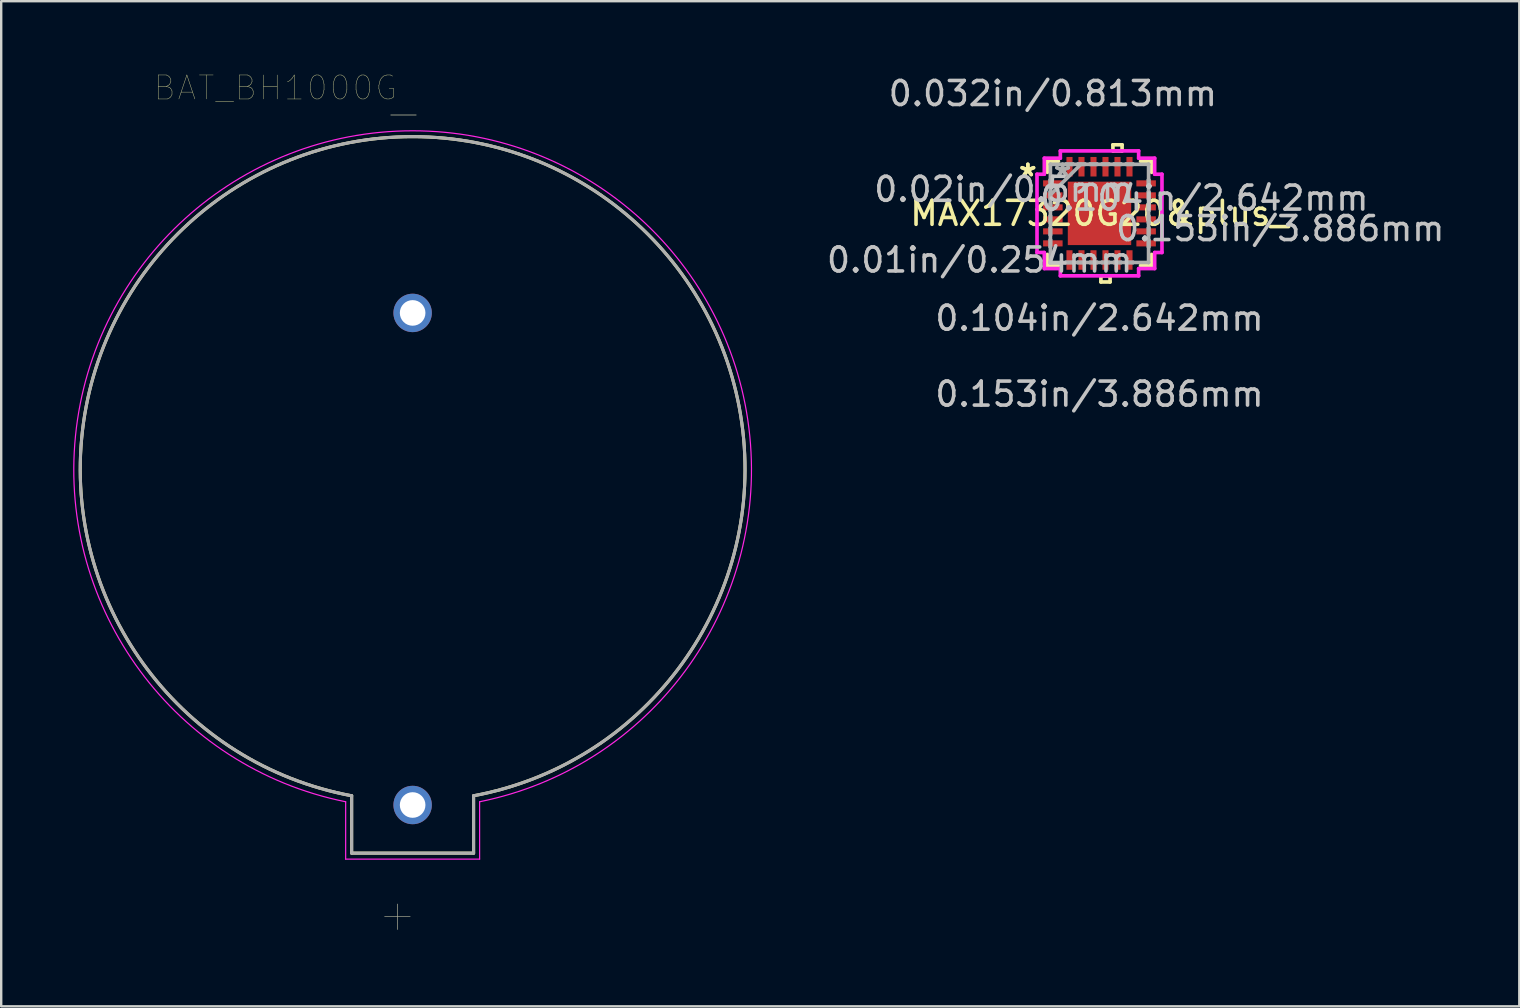
<source format=kicad_pcb>
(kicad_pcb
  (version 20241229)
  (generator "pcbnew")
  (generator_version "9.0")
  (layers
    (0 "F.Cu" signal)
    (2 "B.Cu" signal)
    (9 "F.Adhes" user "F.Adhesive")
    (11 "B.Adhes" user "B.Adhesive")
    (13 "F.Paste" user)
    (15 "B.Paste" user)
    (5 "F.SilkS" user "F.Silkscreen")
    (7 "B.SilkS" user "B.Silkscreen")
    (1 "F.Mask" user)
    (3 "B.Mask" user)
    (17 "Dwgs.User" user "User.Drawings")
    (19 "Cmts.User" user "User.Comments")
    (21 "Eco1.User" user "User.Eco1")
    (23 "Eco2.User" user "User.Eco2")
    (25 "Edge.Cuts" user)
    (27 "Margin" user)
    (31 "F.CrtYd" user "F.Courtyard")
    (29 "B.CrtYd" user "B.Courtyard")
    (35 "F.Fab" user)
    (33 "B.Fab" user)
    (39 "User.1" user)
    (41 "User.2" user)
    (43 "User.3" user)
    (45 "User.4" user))
  (footprint "BAT_BH1000G"
    (layer "F.Cu")
    (at 14.14 16.486)
    (property "Reference" "BAT_BH1000G" (at -5.715 -15.875 0) (layer "F.SilkS") (effects (font (size 1 1) (thickness 0.015))))
    (attr through_hole)
    (fp_line (start -2.54 16.005) (end -2.54 13.615) (stroke (width 0.127) (type solid)) (layer "F.SilkS"))
    (fp_line (start -2.54 16.005) (end 2.54 16.005) (stroke (width 0.127) (type solid)) (layer "F.SilkS"))
    (fp_line (start 2.54 16.005) (end 2.54 13.615) (stroke (width 0.127) (type solid)) (layer "F.SilkS"))
    (fp_arc (start -2.54 13.615) (mid 0 -13.843524) (end 2.54 13.615) (stroke (width 0.127) (type solid)) (layer "F.SilkS"))
    (fp_line (start -2.79 16.255) (end -2.79 13.865) (stroke (width 0.05) (type solid)) (layer "F.CrtYd"))
    (fp_line (start -2.79 16.255) (end 2.79 16.255) (stroke (width 0.05) (type solid)) (layer "F.CrtYd"))
    (fp_line (start 2.79 16.255) (end 2.79 13.865) (stroke (width 0.05) (type solid)) (layer "F.CrtYd"))
    (fp_arc (start -2.79 13.865) (mid 0 -14.087195) (end 2.79 13.865) (stroke (width 0.05) (type solid)) (layer "F.CrtYd"))
    (fp_line (start -2.54 16.005) (end -2.54 13.615) (stroke (width 0.127) (type solid)) (layer "F.Fab"))
    (fp_line (start -2.54 16.005) (end 2.54 16.005) (stroke (width 0.127) (type solid)) (layer "F.Fab"))
    (fp_line (start 2.54 16.005) (end 2.54 13.615) (stroke (width 0.127) (type solid)) (layer "F.Fab"))
    (fp_arc (start -2.54 13.615) (mid 0 -13.843524) (end 2.54 13.615) (stroke (width 0.127) (type solid)) (layer "F.Fab"))
    (fp_text user "+" (at -0.635 18.542 0) (layer "F.SilkS") (effects (font (size 1.4 1.4) (thickness 0.015))))
    (fp_text user "-" (at -0.381 -14.859 0) (layer "F.SilkS") (effects (font (size 1.4 1.4) (thickness 0.015))))
    (fp_text user "+" (at -0.635 18.542 0) (layer "F.Fab") (effects (font (size 1.4 1.4) (thickness 0.015))))
    (fp_text user "-" (at -0.381 -14.859 0) (layer "F.Fab") (effects (font (size 1.4 1.4) (thickness 0.015))))
    (pad "N" thru_hole circle (at 0 -6.5) (size 1.6 1.6) (drill 1.067) (layers "*.Cu" "*.Mask"))
    (pad "P" thru_hole circle (at 0 14) (size 1.6 1.6) (drill 1.067) (layers "*.Cu" "*.Mask")))
  (footprint "MAX17320G20&plus_"
    (layer "F.Cu")
    (at 42.754 5.839)
    (property "Reference" "MAX17320G20&plus_" (at 0 0 0) (layer "F.SilkS") (effects (font (size 1 1) (thickness 0.15))))
    (attr through_hole)
    (fp_line (start -2.172 -2.172) (end -2.172 -1.71) (stroke (width 0.152) (type solid)) (layer "F.SilkS"))
    (fp_line (start -2.172 1.71) (end -2.172 2.172) (stroke (width 0.152) (type solid)) (layer "F.SilkS"))
    (fp_line (start -2.172 2.172) (end -1.71 2.172) (stroke (width 0.152) (type solid)) (layer "F.SilkS"))
    (fp_line (start -1.71 -2.172) (end -2.172 -2.172) (stroke (width 0.152) (type solid)) (layer "F.SilkS"))
    (fp_line (start 0.059 2.603) (end 0.059 2.857) (stroke (width 0.152) (type solid)) (layer "F.SilkS"))
    (fp_line (start 0.059 2.857) (end 0.441 2.857) (stroke (width 0.152) (type solid)) (layer "F.SilkS"))
    (fp_line (start 0.441 2.603) (end 0.059 2.603) (stroke (width 0.152) (type solid)) (layer "F.SilkS"))
    (fp_line (start 0.441 2.857) (end 0.441 2.603) (stroke (width 0.152) (type solid)) (layer "F.SilkS"))
    (fp_line (start 0.56 -2.857) (end 0.941 -2.857) (stroke (width 0.152) (type solid)) (layer "F.SilkS"))
    (fp_line (start 0.56 -2.603) (end 0.56 -2.857) (stroke (width 0.152) (type solid)) (layer "F.SilkS"))
    (fp_line (start 0.941 -2.857) (end 0.941 -2.603) (stroke (width 0.152) (type solid)) (layer "F.SilkS"))
    (fp_line (start 0.941 -2.603) (end 0.56 -2.603) (stroke (width 0.152) (type solid)) (layer "F.SilkS"))
    (fp_line (start 1.71 2.172) (end 2.172 2.172) (stroke (width 0.152) (type solid)) (layer "F.SilkS"))
    (fp_line (start 2.172 -2.172) (end 1.71 -2.172) (stroke (width 0.152) (type solid)) (layer "F.SilkS"))
    (fp_line (start 2.172 -1.71) (end 2.172 -2.172) (stroke (width 0.152) (type solid)) (layer "F.SilkS"))
    (fp_line (start 2.172 2.172) (end 2.172 1.71) (stroke (width 0.152) (type solid)) (layer "F.SilkS"))
    (fp_line (start -1.221 -1.221) (end -1.221 -0.1) (stroke (width 0.152) (type solid)) (layer "F.Paste"))
    (fp_line (start -1.221 -0.1) (end -0.1 -0.1) (stroke (width 0.152) (type solid)) (layer "F.Paste"))
    (fp_line (start -1.221 0.1) (end -1.221 1.221) (stroke (width 0.152) (type solid)) (layer "F.Paste"))
    (fp_line (start -1.221 1.221) (end -0.1 1.221) (stroke (width 0.152) (type solid)) (layer "F.Paste"))
    (fp_line (start -0.1 -1.221) (end -1.221 -1.221) (stroke (width 0.152) (type solid)) (layer "F.Paste"))
    (fp_line (start -0.1 -0.1) (end -0.1 -1.221) (stroke (width 0.152) (type solid)) (layer "F.Paste"))
    (fp_line (start -0.1 0.1) (end -1.221 0.1) (stroke (width 0.152) (type solid)) (layer "F.Paste"))
    (fp_line (start -0.1 1.221) (end -0.1 0.1) (stroke (width 0.152) (type solid)) (layer "F.Paste"))
    (fp_line (start 0.1 -1.221) (end 0.1 -0.1) (stroke (width 0.152) (type solid)) (layer "F.Paste"))
    (fp_line (start 0.1 -0.1) (end 1.221 -0.1) (stroke (width 0.152) (type solid)) (layer "F.Paste"))
    (fp_line (start 0.1 0.1) (end 0.1 1.221) (stroke (width 0.152) (type solid)) (layer "F.Paste"))
    (fp_line (start 0.1 1.221) (end 1.221 1.221) (stroke (width 0.152) (type solid)) (layer "F.Paste"))
    (fp_line (start 1.221 -1.221) (end 0.1 -1.221) (stroke (width 0.152) (type solid)) (layer "F.Paste"))
    (fp_line (start 1.221 -0.1) (end 1.221 -1.221) (stroke (width 0.152) (type solid)) (layer "F.Paste"))
    (fp_line (start 1.221 0.1) (end 0.1 0.1) (stroke (width 0.152) (type solid)) (layer "F.Paste"))
    (fp_line (start 1.221 1.221) (end 1.221 0.1) (stroke (width 0.152) (type solid)) (layer "F.Paste"))
    (fp_line (start -2.603 -1.631) (end -2.299 -1.631) (stroke (width 0.152) (type solid)) (layer "F.CrtYd"))
    (fp_line (start -2.603 1.631) (end -2.603 -1.631) (stroke (width 0.152) (type solid)) (layer "F.CrtYd"))
    (fp_line (start -2.299 -2.299) (end -1.631 -2.299) (stroke (width 0.152) (type solid)) (layer "F.CrtYd"))
    (fp_line (start -2.299 -1.631) (end -2.299 -2.299) (stroke (width 0.152) (type solid)) (layer "F.CrtYd"))
    (fp_line (start -2.299 1.631) (end -2.603 1.631) (stroke (width 0.152) (type solid)) (layer "F.CrtYd"))
    (fp_line (start -2.299 2.299) (end -2.299 1.631) (stroke (width 0.152) (type solid)) (layer "F.CrtYd"))
    (fp_line (start -1.631 -2.603) (end 1.631 -2.603) (stroke (width 0.152) (type solid)) (layer "F.CrtYd"))
    (fp_line (start -1.631 -2.299) (end -1.631 -2.603) (stroke (width 0.152) (type solid)) (layer "F.CrtYd"))
    (fp_line (start -1.631 2.299) (end -2.299 2.299) (stroke (width 0.152) (type solid)) (layer "F.CrtYd"))
    (fp_line (start -1.631 2.603) (end -1.631 2.299) (stroke (width 0.152) (type solid)) (layer "F.CrtYd"))
    (fp_line (start 1.631 -2.603) (end 1.631 -2.299) (stroke (width 0.152) (type solid)) (layer "F.CrtYd"))
    (fp_line (start 1.631 -2.299) (end 2.299 -2.299) (stroke (width 0.152) (type solid)) (layer "F.CrtYd"))
    (fp_line (start 1.631 2.299) (end 1.631 2.603) (stroke (width 0.152) (type solid)) (layer "F.CrtYd"))
    (fp_line (start 1.631 2.603) (end -1.631 2.603) (stroke (width 0.152) (type solid)) (layer "F.CrtYd"))
    (fp_line (start 2.299 -2.299) (end 2.299 -1.631) (stroke (width 0.152) (type solid)) (layer "F.CrtYd"))
    (fp_line (start 2.299 -1.631) (end 2.603 -1.631) (stroke (width 0.152) (type solid)) (layer "F.CrtYd"))
    (fp_line (start 2.299 1.631) (end 2.299 2.299) (stroke (width 0.152) (type solid)) (layer "F.CrtYd"))
    (fp_line (start 2.299 2.299) (end 1.631 2.299) (stroke (width 0.152) (type solid)) (layer "F.CrtYd"))
    (fp_line (start 2.603 -1.631) (end 2.603 1.631) (stroke (width 0.152) (type solid)) (layer "F.CrtYd"))
    (fp_line (start 2.603 1.631) (end 2.299 1.631) (stroke (width 0.152) (type solid)) (layer "F.CrtYd"))
    (fp_line (start -2.045 -2.045) (end -2.045 -2.045) (stroke (width 0.152) (type solid)) (layer "F.Fab"))
    (fp_line (start -2.045 -2.045) (end -2.045 2.045) (stroke (width 0.152) (type solid)) (layer "F.Fab"))
    (fp_line (start -2.045 -1.402) (end -2.045 -1.402) (stroke (width 0.152) (type solid)) (layer "F.Fab"))
    (fp_line (start -2.045 -1.402) (end -2.045 -1.098) (stroke (width 0.152) (type solid)) (layer "F.Fab"))
    (fp_line (start -2.045 -1.098) (end -2.045 -1.402) (stroke (width 0.152) (type solid)) (layer "F.Fab"))
    (fp_line (start -2.045 -1.098) (end -2.045 -1.098) (stroke (width 0.152) (type solid)) (layer "F.Fab"))
    (fp_line (start -2.045 -0.902) (end -2.045 -0.902) (stroke (width 0.152) (type solid)) (layer "F.Fab"))
    (fp_line (start -2.045 -0.902) (end -2.045 -0.598) (stroke (width 0.152) (type solid)) (layer "F.Fab"))
    (fp_line (start -2.045 -0.775) (end -0.775 -2.045) (stroke (width 0.152) (type solid)) (layer "F.Fab"))
    (fp_line (start -2.045 -0.598) (end -2.045 -0.902) (stroke (width 0.152) (type solid)) (layer "F.Fab"))
    (fp_line (start -2.045 -0.598) (end -2.045 -0.598) (stroke (width 0.152) (type solid)) (layer "F.Fab"))
    (fp_line (start -2.045 -0.402) (end -2.045 -0.402) (stroke (width 0.152) (type solid)) (layer "F.Fab"))
    (fp_line (start -2.045 -0.402) (end -2.045 -0.098) (stroke (width 0.152) (type solid)) (layer "F.Fab"))
    (fp_line (start -2.045 -0.098) (end -2.045 -0.402) (stroke (width 0.152) (type solid)) (layer "F.Fab"))
    (fp_line (start -2.045 -0.098) (end -2.045 -0.098) (stroke (width 0.152) (type solid)) (layer "F.Fab"))
    (fp_line (start -2.045 0.098) (end -2.045 0.098) (stroke (width 0.152) (type solid)) (layer "F.Fab"))
    (fp_line (start -2.045 0.098) (end -2.045 0.402) (stroke (width 0.152) (type solid)) (layer "F.Fab"))
    (fp_line (start -2.045 0.402) (end -2.045 0.098) (stroke (width 0.152) (type solid)) (layer "F.Fab"))
    (fp_line (start -2.045 0.402) (end -2.045 0.402) (stroke (width 0.152) (type solid)) (layer "F.Fab"))
    (fp_line (start -2.045 0.598) (end -2.045 0.598) (stroke (width 0.152) (type solid)) (layer "F.Fab"))
    (fp_line (start -2.045 0.598) (end -2.045 0.902) (stroke (width 0.152) (type solid)) (layer "F.Fab"))
    (fp_line (start -2.045 0.902) (end -2.045 0.598) (stroke (width 0.152) (type solid)) (layer "F.Fab"))
    (fp_line (start -2.045 0.902) (end -2.045 0.902) (stroke (width 0.152) (type solid)) (layer "F.Fab"))
    (fp_line (start -2.045 1.098) (end -2.045 1.098) (stroke (width 0.152) (type solid)) (layer "F.Fab"))
    (fp_line (start -2.045 1.098) (end -2.045 1.402) (stroke (width 0.152) (type solid)) (layer "F.Fab"))
    (fp_line (start -2.045 1.402) (end -2.045 1.098) (stroke (width 0.152) (type solid)) (layer "F.Fab"))
    (fp_line (start -2.045 1.402) (end -2.045 1.402) (stroke (width 0.152) (type solid)) (layer "F.Fab"))
    (fp_line (start -2.045 2.045) (end -2.045 2.045) (stroke (width 0.152) (type solid)) (layer "F.Fab"))
    (fp_line (start -2.045 2.045) (end 2.045 2.045) (stroke (width 0.152) (type solid)) (layer "F.Fab"))
    (fp_line (start -1.402 -2.045) (end -1.402 -2.045) (stroke (width 0.152) (type solid)) (layer "F.Fab"))
    (fp_line (start -1.402 -2.045) (end -1.098 -2.045) (stroke (width 0.152) (type solid)) (layer "F.Fab"))
    (fp_line (start -1.402 2.045) (end -1.402 2.045) (stroke (width 0.152) (type solid)) (layer "F.Fab"))
    (fp_line (start -1.402 2.045) (end -1.098 2.045) (stroke (width 0.152) (type solid)) (layer "F.Fab"))
    (fp_line (start -1.098 -2.045) (end -1.402 -2.045) (stroke (width 0.152) (type solid)) (layer "F.Fab"))
    (fp_line (start -1.098 -2.045) (end -1.098 -2.045) (stroke (width 0.152) (type solid)) (layer "F.Fab"))
    (fp_line (start -1.098 2.045) (end -1.402 2.045) (stroke (width 0.152) (type solid)) (layer "F.Fab"))
    (fp_line (start -1.098 2.045) (end -1.098 2.045) (stroke (width 0.152) (type solid)) (layer "F.Fab"))
    (fp_line (start -0.902 -2.045) (end -0.902 -2.045) (stroke (width 0.152) (type solid)) (layer "F.Fab"))
    (fp_line (start -0.902 -2.045) (end -0.598 -2.045) (stroke (width 0.152) (type solid)) (layer "F.Fab"))
    (fp_line (start -0.902 2.045) (end -0.902 2.045) (stroke (width 0.152) (type solid)) (layer "F.Fab"))
    (fp_line (start -0.902 2.045) (end -0.598 2.045) (stroke (width 0.152) (type solid)) (layer "F.Fab"))
    (fp_line (start -0.598 -2.045) (end -0.902 -2.045) (stroke (width 0.152) (type solid)) (layer "F.Fab"))
    (fp_line (start -0.598 -2.045) (end -0.598 -2.045) (stroke (width 0.152) (type solid)) (layer "F.Fab"))
    (fp_line (start -0.598 2.045) (end -0.902 2.045) (stroke (width 0.152) (type solid)) (layer "F.Fab"))
    (fp_line (start -0.598 2.045) (end -0.598 2.045) (stroke (width 0.152) (type solid)) (layer "F.Fab"))
    (fp_line (start -0.402 -2.045) (end -0.402 -2.045) (stroke (width 0.152) (type solid)) (layer "F.Fab"))
    (fp_line (start -0.402 -2.045) (end -0.098 -2.045) (stroke (width 0.152) (type solid)) (layer "F.Fab"))
    (fp_line (start -0.402 2.045) (end -0.402 2.045) (stroke (width 0.152) (type solid)) (layer "F.Fab"))
    (fp_line (start -0.402 2.045) (end -0.098 2.045) (stroke (width 0.152) (type solid)) (layer "F.Fab"))
    (fp_line (start -0.098 -2.045) (end -0.402 -2.045) (stroke (width 0.152) (type solid)) (layer "F.Fab"))
    (fp_line (start -0.098 -2.045) (end -0.098 -2.045) (stroke (width 0.152) (type solid)) (layer "F.Fab"))
    (fp_line (start -0.098 2.045) (end -0.402 2.045) (stroke (width 0.152) (type solid)) (layer "F.Fab"))
    (fp_line (start -0.098 2.045) (end -0.098 2.045) (stroke (width 0.152) (type solid)) (layer "F.Fab"))
    (fp_line (start 0.098 -2.045) (end 0.098 -2.045) (stroke (width 0.152) (type solid)) (layer "F.Fab"))
    (fp_line (start 0.098 -2.045) (end 0.402 -2.045) (stroke (width 0.152) (type solid)) (layer "F.Fab"))
    (fp_line (start 0.098 2.045) (end 0.098 2.045) (stroke (width 0.152) (type solid)) (layer "F.Fab"))
    (fp_line (start 0.098 2.045) (end 0.402 2.045) (stroke (width 0.152) (type solid)) (layer "F.Fab"))
    (fp_line (start 0.402 -2.045) (end 0.098 -2.045) (stroke (width 0.152) (type solid)) (layer "F.Fab"))
    (fp_line (start 0.402 -2.045) (end 0.402 -2.045) (stroke (width 0.152) (type solid)) (layer "F.Fab"))
    (fp_line (start 0.402 2.045) (end 0.098 2.045) (stroke (width 0.152) (type solid)) (layer "F.Fab"))
    (fp_line (start 0.402 2.045) (end 0.402 2.045) (stroke (width 0.152) (type solid)) (layer "F.Fab"))
    (fp_line (start 0.598 -2.045) (end 0.598 -2.045) (stroke (width 0.152) (type solid)) (layer "F.Fab"))
    (fp_line (start 0.598 -2.045) (end 0.902 -2.045) (stroke (width 0.152) (type solid)) (layer "F.Fab"))
    (fp_line (start 0.598 2.045) (end 0.598 2.045) (stroke (width 0.152) (type solid)) (layer "F.Fab"))
    (fp_line (start 0.598 2.045) (end 0.902 2.045) (stroke (width 0.152) (type solid)) (layer "F.Fab"))
    (fp_line (start 0.902 -2.045) (end 0.598 -2.045) (stroke (width 0.152) (type solid)) (layer "F.Fab"))
    (fp_line (start 0.902 -2.045) (end 0.902 -2.045) (stroke (width 0.152) (type solid)) (layer "F.Fab"))
    (fp_line (start 0.902 2.045) (end 0.598 2.045) (stroke (width 0.152) (type solid)) (layer "F.Fab"))
    (fp_line (start 0.902 2.045) (end 0.902 2.045) (stroke (width 0.152) (type solid)) (layer "F.Fab"))
    (fp_line (start 1.098 -2.045) (end 1.098 -2.045) (stroke (width 0.152) (type solid)) (layer "F.Fab"))
    (fp_line (start 1.098 -2.045) (end 1.402 -2.045) (stroke (width 0.152) (type solid)) (layer "F.Fab"))
    (fp_line (start 1.098 2.045) (end 1.098 2.045) (stroke (width 0.152) (type solid)) (layer "F.Fab"))
    (fp_line (start 1.098 2.045) (end 1.402 2.045) (stroke (width 0.152) (type solid)) (layer "F.Fab"))
    (fp_line (start 1.402 -2.045) (end 1.098 -2.045) (stroke (width 0.152) (type solid)) (layer "F.Fab"))
    (fp_line (start 1.402 -2.045) (end 1.402 -2.045) (stroke (width 0.152) (type solid)) (layer "F.Fab"))
    (fp_line (start 1.402 2.045) (end 1.098 2.045) (stroke (width 0.152) (type solid)) (layer "F.Fab"))
    (fp_line (start 1.402 2.045) (end 1.402 2.045) (stroke (width 0.152) (type solid)) (layer "F.Fab"))
    (fp_line (start 2.045 -2.045) (end -2.045 -2.045) (stroke (width 0.152) (type solid)) (layer "F.Fab"))
    (fp_line (start 2.045 -2.045) (end 2.045 -2.045) (stroke (width 0.152) (type solid)) (layer "F.Fab"))
    (fp_line (start 2.045 -1.402) (end 2.045 -1.402) (stroke (width 0.152) (type solid)) (layer "F.Fab"))
    (fp_line (start 2.045 -1.402) (end 2.045 -1.098) (stroke (width 0.152) (type solid)) (layer "F.Fab"))
    (fp_line (start 2.045 -1.098) (end 2.045 -1.402) (stroke (width 0.152) (type solid)) (layer "F.Fab"))
    (fp_line (start 2.045 -1.098) (end 2.045 -1.098) (stroke (width 0.152) (type solid)) (layer "F.Fab"))
    (fp_line (start 2.045 -0.902) (end 2.045 -0.902) (stroke (width 0.152) (type solid)) (layer "F.Fab"))
    (fp_line (start 2.045 -0.902) (end 2.045 -0.598) (stroke (width 0.152) (type solid)) (layer "F.Fab"))
    (fp_line (start 2.045 -0.598) (end 2.045 -0.902) (stroke (width 0.152) (type solid)) (layer "F.Fab"))
    (fp_line (start 2.045 -0.598) (end 2.045 -0.598) (stroke (width 0.152) (type solid)) (layer "F.Fab"))
    (fp_line (start 2.045 -0.402) (end 2.045 -0.402) (stroke (width 0.152) (type solid)) (layer "F.Fab"))
    (fp_line (start 2.045 -0.402) (end 2.045 -0.098) (stroke (width 0.152) (type solid)) (layer "F.Fab"))
    (fp_line (start 2.045 -0.098) (end 2.045 -0.402) (stroke (width 0.152) (type solid)) (layer "F.Fab"))
    (fp_line (start 2.045 -0.098) (end 2.045 -0.098) (stroke (width 0.152) (type solid)) (layer "F.Fab"))
    (fp_line (start 2.045 0.098) (end 2.045 0.098) (stroke (width 0.152) (type solid)) (layer "F.Fab"))
    (fp_line (start 2.045 0.098) (end 2.045 0.402) (stroke (width 0.152) (type solid)) (layer "F.Fab"))
    (fp_line (start 2.045 0.402) (end 2.045 0.098) (stroke (width 0.152) (type solid)) (layer "F.Fab"))
    (fp_line (start 2.045 0.402) (end 2.045 0.402) (stroke (width 0.152) (type solid)) (layer "F.Fab"))
    (fp_line (start 2.045 0.598) (end 2.045 0.598) (stroke (width 0.152) (type solid)) (layer "F.Fab"))
    (fp_line (start 2.045 0.598) (end 2.045 0.902) (stroke (width 0.152) (type solid)) (layer "F.Fab"))
    (fp_line (start 2.045 0.902) (end 2.045 0.598) (stroke (width 0.152) (type solid)) (layer "F.Fab"))
    (fp_line (start 2.045 0.902) (end 2.045 0.902) (stroke (width 0.152) (type solid)) (layer "F.Fab"))
    (fp_line (start 2.045 1.098) (end 2.045 1.098) (stroke (width 0.152) (type solid)) (layer "F.Fab"))
    (fp_line (start 2.045 1.098) (end 2.045 1.402) (stroke (width 0.152) (type solid)) (layer "F.Fab"))
    (fp_line (start 2.045 1.402) (end 2.045 1.098) (stroke (width 0.152) (type solid)) (layer "F.Fab"))
    (fp_line (start 2.045 1.402) (end 2.045 1.402) (stroke (width 0.152) (type solid)) (layer "F.Fab"))
    (fp_line (start 2.045 2.045) (end 2.045 -2.045) (stroke (width 0.152) (type solid)) (layer "F.Fab"))
    (fp_line (start 2.045 2.045) (end 2.045 2.045) (stroke (width 0.152) (type solid)) (layer "F.Fab"))
    (fp_text user "*" (at -2.985 -1.5 0) (layer "F.SilkS") (effects (font (size 1 1) (thickness 0.15))))
    (fp_text user "*" (at -2.985 -1.5 0) (layer "F.SilkS") (effects (font (size 1 1) (thickness 0.15))))
    (fp_text user "0.01in/0.254mm" (at -4.991 1.943 0) (layer "Dwgs.User") (effects (font (size 1 1) (thickness 0.15))))
    (fp_text user "0.104in/2.642mm" (at 0 4.369 0) (layer "Dwgs.User") (effects (font (size 1 1) (thickness 0.15))))
    (fp_text user "0.104in/2.642mm" (at 4.369 -0.635 0) (layer "Dwgs.User") (effects (font (size 1 1) (thickness 0.15))))
    (fp_text user "0.153in/3.886mm" (at 7.531 0.635 0) (layer "Dwgs.User") (effects (font (size 1 1) (thickness 0.15))))
    (fp_text user "0.02in/0.5mm" (at -3.975 -1 0) (layer "Dwgs.User") (effects (font (size 1 1) (thickness 0.15))))
    (fp_text user "0.032in/0.813mm" (at -1.943 -4.991 0) (layer "Dwgs.User") (effects (font (size 1 1) (thickness 0.15))))
    (fp_text user "0.153in/3.886mm" (at 0 7.531 0) (layer "Dwgs.User") (effects (font (size 1 1) (thickness 0.15))))
    (fp_text user "Copyright 2016 Accelerated Designs. All rights reserved." (at 0 0 0) (layer "Cmts.User") (effects (font (size 0.127 0.127) (thickness 0.002))))
    (fp_text user "*" (at -1.537 -1.5 0) (layer "F.Fab") (effects (font (size 1 1) (thickness 0.15))))
    (fp_text user "*" (at -1.537 -1.5 0) (layer "F.Fab") (effects (font (size 1 1) (thickness 0.15))))
    (pad "1" smd rect (at -1.943 -1.25 90) (size 0.254 0.813) (layers "F.Cu" "F.Mask" "F.Paste"))
    (pad "2" smd rect (at -1.943 -0.75 90) (size 0.254 0.813) (layers "F.Cu" "F.Mask" "F.Paste"))
    (pad "3" smd rect (at -1.943 -0.25 90) (size 0.254 0.813) (layers "F.Cu" "F.Mask" "F.Paste"))
    (pad "4" smd rect (at -1.943 0.25 90) (size 0.254 0.813) (layers "F.Cu" "F.Mask" "F.Paste"))
    (pad "5" smd rect (at -1.943 0.75 90) (size 0.254 0.813) (layers "F.Cu" "F.Mask" "F.Paste"))
    (pad "6" smd rect (at -1.943 1.25 90) (size 0.254 0.813) (layers "F.Cu" "F.Mask" "F.Paste"))
    (pad "7" smd rect (at -1.25 1.943) (size 0.254 0.813) (layers "F.Cu" "F.Mask" "F.Paste"))
    (pad "8" smd rect (at -0.75 1.943) (size 0.254 0.813) (layers "F.Cu" "F.Mask" "F.Paste"))
    (pad "9" smd rect (at -0.25 1.943) (size 0.254 0.813) (layers "F.Cu" "F.Mask" "F.Paste"))
    (pad "10" smd rect (at 0.25 1.943) (size 0.254 0.813) (layers "F.Cu" "F.Mask" "F.Paste"))
    (pad "11" smd rect (at 0.75 1.943) (size 0.254 0.813) (layers "F.Cu" "F.Mask" "F.Paste"))
    (pad "12" smd rect (at 1.25 1.943) (size 0.254 0.813) (layers "F.Cu" "F.Mask" "F.Paste"))
    (pad "13" smd rect (at 1.943 1.25 90) (size 0.254 0.813) (layers "F.Cu" "F.Mask" "F.Paste"))
    (pad "14" smd rect (at 1.943 0.75 90) (size 0.254 0.813) (layers "F.Cu" "F.Mask" "F.Paste"))
    (pad "15" smd rect (at 1.943 0.25 90) (size 0.254 0.813) (layers "F.Cu" "F.Mask" "F.Paste"))
    (pad "16" smd rect (at 1.943 -0.25 90) (size 0.254 0.813) (layers "F.Cu" "F.Mask" "F.Paste"))
    (pad "17" smd rect (at 1.943 -0.75 90) (size 0.254 0.813) (layers "F.Cu" "F.Mask" "F.Paste"))
    (pad "18" smd rect (at 1.943 -1.25 90) (size 0.254 0.813) (layers "F.Cu" "F.Mask" "F.Paste"))
    (pad "19" smd rect (at 1.25 -1.943) (size 0.254 0.813) (layers "F.Cu" "F.Mask" "F.Paste"))
    (pad "20" smd rect (at 0.75 -1.943) (size 0.254 0.813) (layers "F.Cu" "F.Mask" "F.Paste"))
    (pad "21" smd rect (at 0.25 -1.943) (size 0.254 0.813) (layers "F.Cu" "F.Mask" "F.Paste"))
    (pad "22" smd rect (at -0.25 -1.943) (size 0.254 0.813) (layers "F.Cu" "F.Mask" "F.Paste"))
    (pad "23" smd rect (at -0.75 -1.943) (size 0.254 0.813) (layers "F.Cu" "F.Mask" "F.Paste"))
    (pad "24" smd rect (at -1.25 -1.943) (size 0.254 0.813) (layers "F.Cu" "F.Mask" "F.Paste"))
    (pad "25" smd rect (at 0 0) (size 2.642 2.642) (layers "F.Cu" "F.Mask" "F.Paste")))
  (gr_rect
    (start -3 -3)
    (end 60.243 38.874)
    (stroke (width 0.1) (type default))
    (fill no)
    (layer "Edge.Cuts")))
</source>
